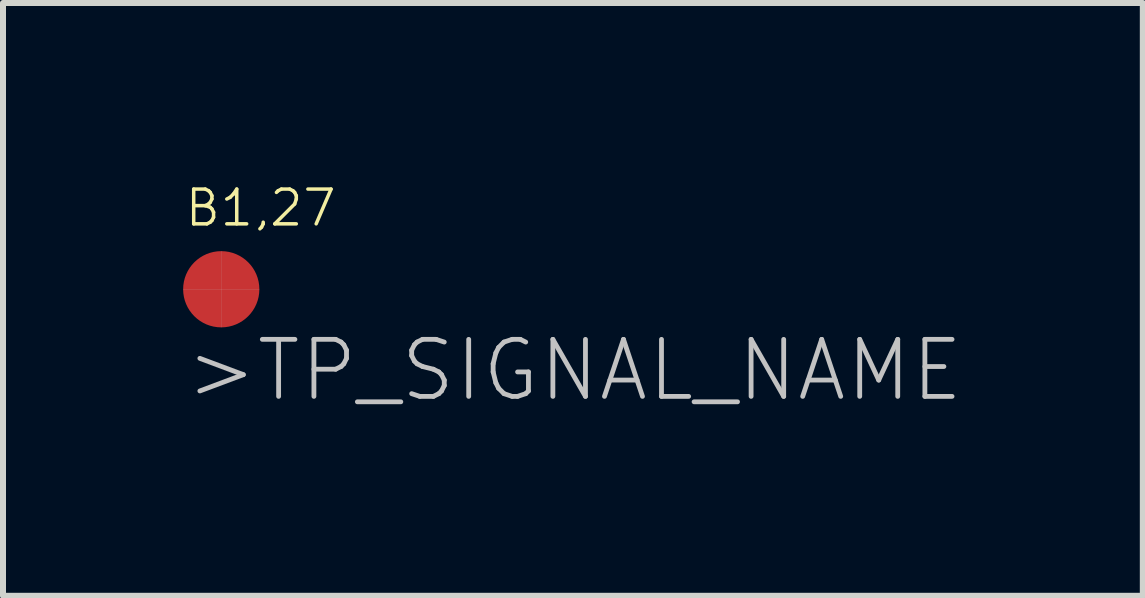
<source format=kicad_pcb>
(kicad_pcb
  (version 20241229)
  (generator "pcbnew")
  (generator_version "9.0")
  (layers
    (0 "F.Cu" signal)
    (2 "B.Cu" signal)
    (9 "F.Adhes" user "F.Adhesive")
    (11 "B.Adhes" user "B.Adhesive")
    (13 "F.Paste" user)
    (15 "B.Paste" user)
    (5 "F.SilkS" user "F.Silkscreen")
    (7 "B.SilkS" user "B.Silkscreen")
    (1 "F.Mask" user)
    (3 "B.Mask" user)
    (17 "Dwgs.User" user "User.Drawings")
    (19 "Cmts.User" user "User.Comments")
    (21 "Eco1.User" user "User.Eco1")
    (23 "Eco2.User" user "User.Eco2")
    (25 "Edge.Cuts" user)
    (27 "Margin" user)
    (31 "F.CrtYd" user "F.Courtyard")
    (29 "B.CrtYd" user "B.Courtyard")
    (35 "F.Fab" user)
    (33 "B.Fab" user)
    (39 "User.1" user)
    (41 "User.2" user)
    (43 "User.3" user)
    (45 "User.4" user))
  (footprint "B1,27"
    (layer "F.Cu")
    (at 0.636 1.769)
    (property "Reference" "B1,27" (at -0.635 -1.016 0) (layer "F.SilkS") (effects (font (size 0.579 0.579) (thickness 0.058)) (justify left bottom)))
    (attr through_hole)
    (fp_line (start -0.635 0) (end 0.635 0) (stroke (width 0.002) (type solid)) (layer "Dwgs.User"))
    (fp_line (start 0 -0.635) (end 0 0.635) (stroke (width 0.002) (type solid)) (layer "Dwgs.User"))
    (fp_text user ">TP_SIGNAL_NAME" (at -0.635 1.905 0) (layer "Dwgs.User") (effects (font (size 0.95 0.95) (thickness 0.08)) (justify left bottom)))
    (pad "TP" smd circle (at 0 0) (size 1.27 1.27) (layers "F.Cu" "F.Mask" "F.Paste")))
  (gr_rect
    (start -3 -3)
    (end 15.989 6.876)
    (stroke (width 0.1) (type default))
    (fill no)
    (layer "Edge.Cuts")))
</source>
